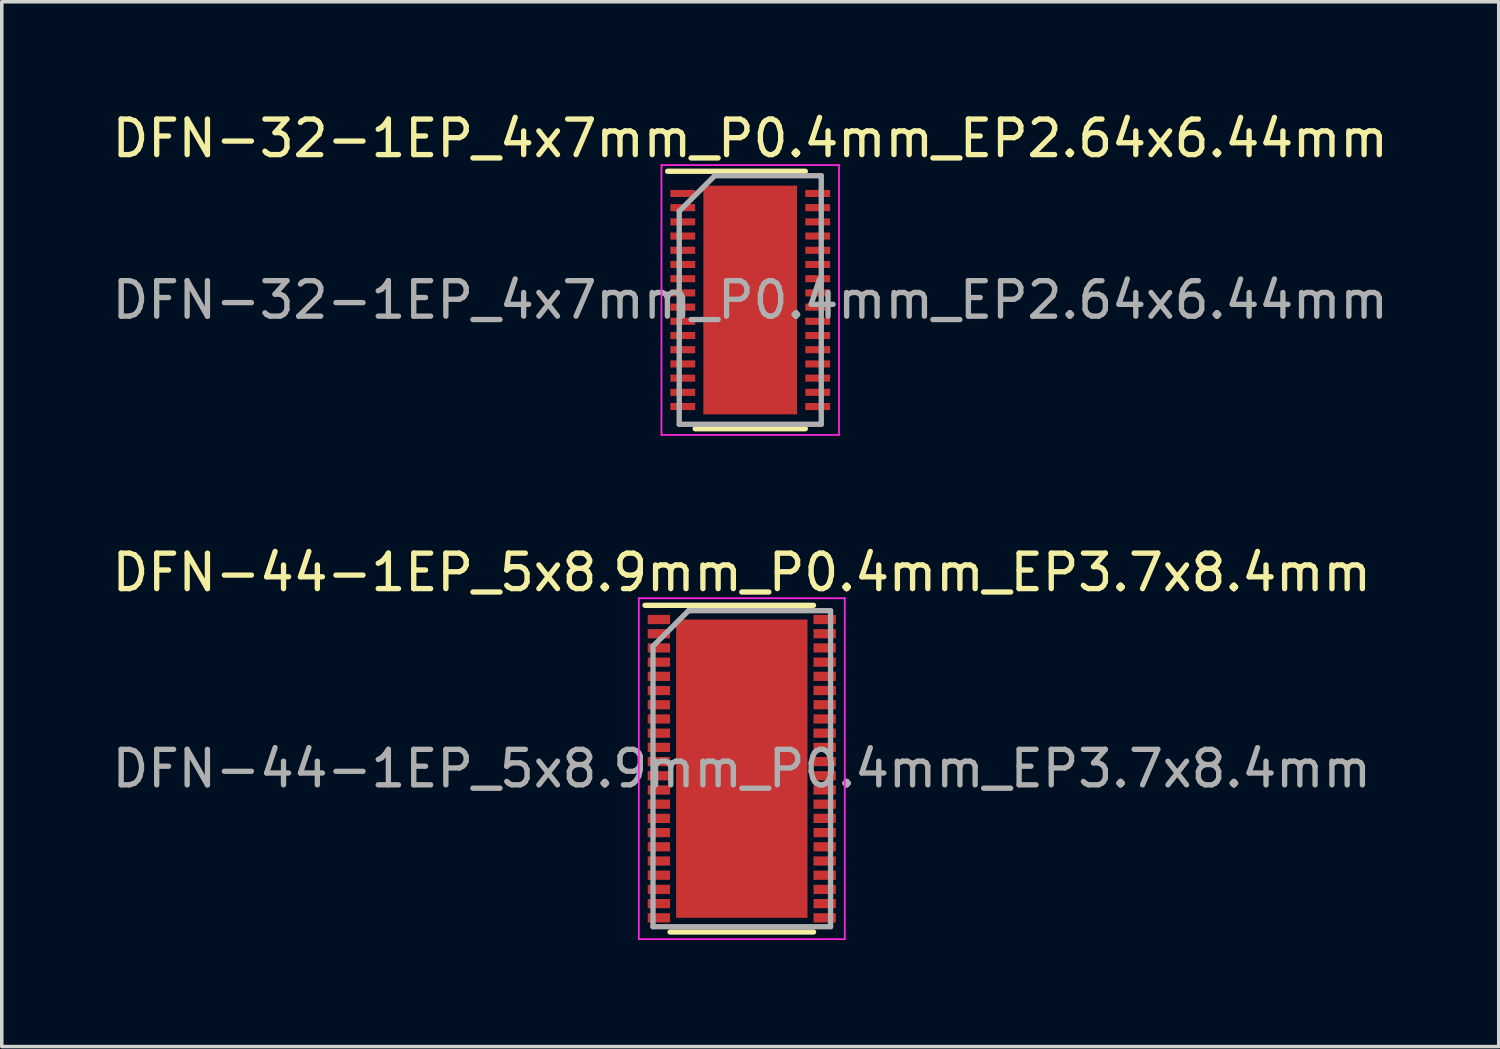
<source format=kicad_pcb>
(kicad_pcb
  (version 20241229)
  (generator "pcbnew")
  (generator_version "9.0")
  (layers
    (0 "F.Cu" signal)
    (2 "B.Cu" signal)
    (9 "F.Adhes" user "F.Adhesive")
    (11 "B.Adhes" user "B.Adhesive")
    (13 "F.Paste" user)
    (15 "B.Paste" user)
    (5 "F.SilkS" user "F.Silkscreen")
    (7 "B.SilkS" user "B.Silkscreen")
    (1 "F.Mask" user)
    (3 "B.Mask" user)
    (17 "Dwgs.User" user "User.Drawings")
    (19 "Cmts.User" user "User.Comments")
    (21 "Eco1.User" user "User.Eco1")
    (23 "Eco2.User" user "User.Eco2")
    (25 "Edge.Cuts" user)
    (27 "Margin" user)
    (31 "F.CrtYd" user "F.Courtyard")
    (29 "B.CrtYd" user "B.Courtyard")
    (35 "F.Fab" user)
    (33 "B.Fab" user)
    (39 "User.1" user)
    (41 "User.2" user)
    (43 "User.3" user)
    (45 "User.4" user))
  (footprint "DFN-44-1EP_5x8.9mm_P0.4mm_EP3.7x8.4mm"
    (layer "F.Cu")
    (at 17.839 18.596)
    (property "Reference" "DFN-44-1EP_5x8.9mm_P0.4mm_EP3.7x8.4mm" (at 0 -5.525 0) (layer "F.SilkS") (effects (font (size 1 1) (thickness 0.15))))
    (attr smd)
    (fp_line (start -2.725 -4.6) (end 2.02 -4.6) (stroke (width 0.15) (type solid)) (layer "F.SilkS"))
    (fp_line (start -2.02 4.6) (end 2.02 4.6) (stroke (width 0.15) (type solid)) (layer "F.SilkS"))
    (fp_line (start -2.9 -4.8) (end -2.9 4.8) (stroke (width 0.05) (type solid)) (layer "F.CrtYd"))
    (fp_line (start -2.9 -4.8) (end 2.9 -4.8) (stroke (width 0.05) (type solid)) (layer "F.CrtYd"))
    (fp_line (start -2.9 4.8) (end 2.9 4.8) (stroke (width 0.05) (type solid)) (layer "F.CrtYd"))
    (fp_line (start 2.9 -4.8) (end 2.9 4.8) (stroke (width 0.05) (type solid)) (layer "F.CrtYd"))
    (fp_line (start -2.5 -3.45) (end -1.5 -4.45) (stroke (width 0.15) (type solid)) (layer "F.Fab"))
    (fp_line (start -2.5 4.45) (end -2.5 -3.45) (stroke (width 0.15) (type solid)) (layer "F.Fab"))
    (fp_line (start -1.5 -4.45) (end 2.5 -4.45) (stroke (width 0.15) (type solid)) (layer "F.Fab"))
    (fp_line (start 2.5 -4.45) (end 2.5 4.45) (stroke (width 0.15) (type solid)) (layer "F.Fab"))
    (fp_line (start 2.5 4.45) (end -2.5 4.45) (stroke (width 0.15) (type solid)) (layer "F.Fab"))
    (fp_text user "${REFERENCE}" (at 0 0 0) (layer "F.Fab") (effects (font (size 1 1) (thickness 0.15))))
    (pad "" smd rect (at -1.2 -3.5) (size 0.98 1.15) (layers "F.Paste"))
    (pad "" smd rect (at -1.2 -2.1) (size 0.98 1.15) (layers "F.Paste"))
    (pad "" smd rect (at -1.2 -0.7) (size 0.98 1.15) (layers "F.Paste"))
    (pad "" smd rect (at -1.2 0.7) (size 0.98 1.15) (layers "F.Paste"))
    (pad "" smd rect (at -1.2 2.1) (size 0.98 1.15) (layers "F.Paste"))
    (pad "" smd rect (at -1.2 3.5) (size 0.98 1.15) (layers "F.Paste"))
    (pad "" smd rect (at 0 -3.5) (size 0.98 1.15) (layers "F.Paste"))
    (pad "" smd rect (at 0 -2.1) (size 0.98 1.15) (layers "F.Paste"))
    (pad "" smd rect (at 0 -0.7) (size 0.98 1.15) (layers "F.Paste"))
    (pad "" smd rect (at 0 0.7) (size 0.98 1.15) (layers "F.Paste"))
    (pad "" smd rect (at 0 2.1) (size 0.98 1.15) (layers "F.Paste"))
    (pad "" smd rect (at 0 3.5) (size 0.98 1.15) (layers "F.Paste"))
    (pad "" smd rect (at 1.2 -3.5) (size 0.98 1.15) (layers "F.Paste"))
    (pad "" smd rect (at 1.2 -2.1) (size 0.98 1.15) (layers "F.Paste"))
    (pad "" smd rect (at 1.2 -0.7) (size 0.98 1.15) (layers "F.Paste"))
    (pad "" smd rect (at 1.2 0.7) (size 0.98 1.15) (layers "F.Paste"))
    (pad "" smd rect (at 1.2 2.1) (size 0.98 1.15) (layers "F.Paste"))
    (pad "" smd rect (at 1.2 3.5) (size 0.98 1.15) (layers "F.Paste"))
    (pad "1" smd rect (at -2.335 -4.2) (size 0.63 0.26) (layers "F.Cu" "F.Mask" "F.Paste"))
    (pad "2" smd rect (at -2.335 -3.8) (size 0.63 0.26) (layers "F.Cu" "F.Mask" "F.Paste"))
    (pad "3" smd rect (at -2.335 -3.4) (size 0.63 0.26) (layers "F.Cu" "F.Mask" "F.Paste"))
    (pad "4" smd rect (at -2.335 -3) (size 0.63 0.26) (layers "F.Cu" "F.Mask" "F.Paste"))
    (pad "5" smd rect (at -2.335 -2.6) (size 0.63 0.26) (layers "F.Cu" "F.Mask" "F.Paste"))
    (pad "6" smd rect (at -2.335 -2.2) (size 0.63 0.26) (layers "F.Cu" "F.Mask" "F.Paste"))
    (pad "7" smd rect (at -2.335 -1.8) (size 0.63 0.26) (layers "F.Cu" "F.Mask" "F.Paste"))
    (pad "8" smd rect (at -2.335 -1.4) (size 0.63 0.26) (layers "F.Cu" "F.Mask" "F.Paste"))
    (pad "9" smd rect (at -2.335 -1) (size 0.63 0.26) (layers "F.Cu" "F.Mask" "F.Paste"))
    (pad "10" smd rect (at -2.335 -0.6) (size 0.63 0.26) (layers "F.Cu" "F.Mask" "F.Paste"))
    (pad "11" smd rect (at -2.335 -0.2) (size 0.63 0.26) (layers "F.Cu" "F.Mask" "F.Paste"))
    (pad "12" smd rect (at -2.335 0.2) (size 0.63 0.26) (layers "F.Cu" "F.Mask" "F.Paste"))
    (pad "13" smd rect (at -2.335 0.6) (size 0.63 0.26) (layers "F.Cu" "F.Mask" "F.Paste"))
    (pad "14" smd rect (at -2.335 1) (size 0.63 0.26) (layers "F.Cu" "F.Mask" "F.Paste"))
    (pad "15" smd rect (at -2.335 1.4) (size 0.63 0.26) (layers "F.Cu" "F.Mask" "F.Paste"))
    (pad "16" smd rect (at -2.335 1.8) (size 0.63 0.26) (layers "F.Cu" "F.Mask" "F.Paste"))
    (pad "17" smd rect (at -2.335 2.2) (size 0.63 0.26) (layers "F.Cu" "F.Mask" "F.Paste"))
    (pad "18" smd rect (at -2.335 2.6) (size 0.63 0.26) (layers "F.Cu" "F.Mask" "F.Paste"))
    (pad "19" smd rect (at -2.335 3) (size 0.63 0.26) (layers "F.Cu" "F.Mask" "F.Paste"))
    (pad "20" smd rect (at -2.335 3.4) (size 0.63 0.26) (layers "F.Cu" "F.Mask" "F.Paste"))
    (pad "21" smd rect (at -2.335 3.8) (size 0.63 0.26) (layers "F.Cu" "F.Mask" "F.Paste"))
    (pad "22" smd rect (at -2.335 4.2) (size 0.63 0.26) (layers "F.Cu" "F.Mask" "F.Paste"))
    (pad "23" smd rect (at 2.335 4.2) (size 0.63 0.26) (layers "F.Cu" "F.Mask" "F.Paste"))
    (pad "24" smd rect (at 2.335 3.8) (size 0.63 0.26) (layers "F.Cu" "F.Mask" "F.Paste"))
    (pad "25" smd rect (at 2.335 3.4) (size 0.63 0.26) (layers "F.Cu" "F.Mask" "F.Paste"))
    (pad "26" smd rect (at 2.335 3) (size 0.63 0.26) (layers "F.Cu" "F.Mask" "F.Paste"))
    (pad "27" smd rect (at 2.335 2.6) (size 0.63 0.26) (layers "F.Cu" "F.Mask" "F.Paste"))
    (pad "28" smd rect (at 2.335 2.2) (size 0.63 0.26) (layers "F.Cu" "F.Mask" "F.Paste"))
    (pad "29" smd rect (at 2.335 1.8) (size 0.63 0.26) (layers "F.Cu" "F.Mask" "F.Paste"))
    (pad "30" smd rect (at 2.335 1.4) (size 0.63 0.26) (layers "F.Cu" "F.Mask" "F.Paste"))
    (pad "31" smd rect (at 2.335 1) (size 0.63 0.26) (layers "F.Cu" "F.Mask" "F.Paste"))
    (pad "32" smd rect (at 2.335 0.6) (size 0.63 0.26) (layers "F.Cu" "F.Mask" "F.Paste"))
    (pad "33" smd rect (at 2.335 0.2) (size 0.63 0.26) (layers "F.Cu" "F.Mask" "F.Paste"))
    (pad "34" smd rect (at 2.335 -0.2) (size 0.63 0.26) (layers "F.Cu" "F.Mask" "F.Paste"))
    (pad "35" smd rect (at 2.335 -0.6) (size 0.63 0.26) (layers "F.Cu" "F.Mask" "F.Paste"))
    (pad "36" smd rect (at 2.335 -1) (size 0.63 0.26) (layers "F.Cu" "F.Mask" "F.Paste"))
    (pad "37" smd rect (at 2.335 -1.4) (size 0.63 0.26) (layers "F.Cu" "F.Mask" "F.Paste"))
    (pad "38" smd rect (at 2.335 -1.8) (size 0.63 0.26) (layers "F.Cu" "F.Mask" "F.Paste"))
    (pad "39" smd rect (at 2.335 -2.2) (size 0.63 0.26) (layers "F.Cu" "F.Mask" "F.Paste"))
    (pad "40" smd rect (at 2.335 -2.6) (size 0.63 0.26) (layers "F.Cu" "F.Mask" "F.Paste"))
    (pad "41" smd rect (at 2.335 -3) (size 0.63 0.26) (layers "F.Cu" "F.Mask" "F.Paste"))
    (pad "42" smd rect (at 2.335 -3.4) (size 0.63 0.26) (layers "F.Cu" "F.Mask" "F.Paste"))
    (pad "43" smd rect (at 2.335 -3.8) (size 0.63 0.26) (layers "F.Cu" "F.Mask" "F.Paste"))
    (pad "44" smd rect (at 2.335 -4.2) (size 0.63 0.26) (layers "F.Cu" "F.Mask" "F.Paste"))
    (pad "45" smd rect (at 0 0) (size 3.7 8.4) (layers "F.Cu" "F.Mask")))
  (footprint "DFN-32-1EP_4x7mm_P0.4mm_EP2.64x6.44mm"
    (layer "F.Cu")
    (at 18.077 5.398)
    (property "Reference" "DFN-32-1EP_4x7mm_P0.4mm_EP2.64x6.44mm" (at 0 -4.55 0) (layer "F.SilkS") (effects (font (size 1 1) (thickness 0.15))))
    (attr smd)
    (fp_line (start -2.325 -3.625) (end 1.55 -3.625) (stroke (width 0.15) (type solid)) (layer "F.SilkS"))
    (fp_line (start -1.55 3.625) (end 1.55 3.625) (stroke (width 0.15) (type solid)) (layer "F.SilkS"))
    (fp_line (start -2.5 -3.8) (end -2.5 3.8) (stroke (width 0.05) (type solid)) (layer "F.CrtYd"))
    (fp_line (start -2.5 -3.8) (end 2.5 -3.8) (stroke (width 0.05) (type solid)) (layer "F.CrtYd"))
    (fp_line (start -2.5 3.8) (end 2.5 3.8) (stroke (width 0.05) (type solid)) (layer "F.CrtYd"))
    (fp_line (start 2.5 -3.8) (end 2.5 3.8) (stroke (width 0.05) (type solid)) (layer "F.CrtYd"))
    (fp_line (start -2 -2.5) (end -1 -3.5) (stroke (width 0.15) (type solid)) (layer "F.Fab"))
    (fp_line (start -2 3.5) (end -2 -2.5) (stroke (width 0.15) (type solid)) (layer "F.Fab"))
    (fp_line (start -1 -3.5) (end 2 -3.5) (stroke (width 0.15) (type solid)) (layer "F.Fab"))
    (fp_line (start 2 -3.5) (end 2 3.5) (stroke (width 0.15) (type solid)) (layer "F.Fab"))
    (fp_line (start 2 3.5) (end -2 3.5) (stroke (width 0.15) (type solid)) (layer "F.Fab"))
    (fp_text user "${REFERENCE}" (at 0 0 0) (layer "F.Fab") (effects (font (size 1 1) (thickness 0.15))))
    (pad "" smd rect (at -0.66 -2.56) (size 1.05 1.05) (layers "F.Paste"))
    (pad "" smd rect (at -0.66 -1.28) (size 1.05 1.05) (layers "F.Paste"))
    (pad "" smd rect (at -0.66 0) (size 1.05 1.05) (layers "F.Paste"))
    (pad "" smd rect (at -0.66 1.28) (size 1.05 1.05) (layers "F.Paste"))
    (pad "" smd rect (at -0.66 2.56) (size 1.05 1.05) (layers "F.Paste"))
    (pad "" smd rect (at 0.66 -2.56) (size 1.05 1.05) (layers "F.Paste"))
    (pad "" smd rect (at 0.66 -1.28) (size 1.05 1.05) (layers "F.Paste"))
    (pad "" smd rect (at 0.66 0) (size 1.05 1.05) (layers "F.Paste"))
    (pad "" smd rect (at 0.66 1.28) (size 1.05 1.05) (layers "F.Paste"))
    (pad "" smd rect (at 0.66 2.56) (size 1.05 1.05) (layers "F.Paste"))
    (pad "1" smd rect (at -1.9 -3) (size 0.7 0.2) (layers "F.Cu" "F.Mask" "F.Paste"))
    (pad "2" smd rect (at -1.9 -2.6) (size 0.7 0.2) (layers "F.Cu" "F.Mask" "F.Paste"))
    (pad "3" smd rect (at -1.9 -2.2) (size 0.7 0.2) (layers "F.Cu" "F.Mask" "F.Paste"))
    (pad "4" smd rect (at -1.9 -1.8) (size 0.7 0.2) (layers "F.Cu" "F.Mask" "F.Paste"))
    (pad "5" smd rect (at -1.9 -1.4) (size 0.7 0.2) (layers "F.Cu" "F.Mask" "F.Paste"))
    (pad "6" smd rect (at -1.9 -1) (size 0.7 0.2) (layers "F.Cu" "F.Mask" "F.Paste"))
    (pad "7" smd rect (at -1.9 -0.6) (size 0.7 0.2) (layers "F.Cu" "F.Mask" "F.Paste"))
    (pad "8" smd rect (at -1.9 -0.2) (size 0.7 0.2) (layers "F.Cu" "F.Mask" "F.Paste"))
    (pad "9" smd rect (at -1.9 0.2) (size 0.7 0.2) (layers "F.Cu" "F.Mask" "F.Paste"))
    (pad "10" smd rect (at -1.9 0.6) (size 0.7 0.2) (layers "F.Cu" "F.Mask" "F.Paste"))
    (pad "11" smd rect (at -1.9 1) (size 0.7 0.2) (layers "F.Cu" "F.Mask" "F.Paste"))
    (pad "12" smd rect (at -1.9 1.4) (size 0.7 0.2) (layers "F.Cu" "F.Mask" "F.Paste"))
    (pad "13" smd rect (at -1.9 1.8) (size 0.7 0.2) (layers "F.Cu" "F.Mask" "F.Paste"))
    (pad "14" smd rect (at -1.9 2.2) (size 0.7 0.2) (layers "F.Cu" "F.Mask" "F.Paste"))
    (pad "15" smd rect (at -1.9 2.6) (size 0.7 0.2) (layers "F.Cu" "F.Mask" "F.Paste"))
    (pad "16" smd rect (at -1.9 3) (size 0.7 0.2) (layers "F.Cu" "F.Mask" "F.Paste"))
    (pad "17" smd rect (at 1.9 3) (size 0.7 0.2) (layers "F.Cu" "F.Mask" "F.Paste"))
    (pad "18" smd rect (at 1.9 2.6) (size 0.7 0.2) (layers "F.Cu" "F.Mask" "F.Paste"))
    (pad "19" smd rect (at 1.9 2.2) (size 0.7 0.2) (layers "F.Cu" "F.Mask" "F.Paste"))
    (pad "20" smd rect (at 1.9 1.8) (size 0.7 0.2) (layers "F.Cu" "F.Mask" "F.Paste"))
    (pad "21" smd rect (at 1.9 1.4) (size 0.7 0.2) (layers "F.Cu" "F.Mask" "F.Paste"))
    (pad "22" smd rect (at 1.9 1) (size 0.7 0.2) (layers "F.Cu" "F.Mask" "F.Paste"))
    (pad "23" smd rect (at 1.9 0.6) (size 0.7 0.2) (layers "F.Cu" "F.Mask" "F.Paste"))
    (pad "24" smd rect (at 1.9 0.2) (size 0.7 0.2) (layers "F.Cu" "F.Mask" "F.Paste"))
    (pad "25" smd rect (at 1.9 -0.2) (size 0.7 0.2) (layers "F.Cu" "F.Mask" "F.Paste"))
    (pad "26" smd rect (at 1.9 -0.6) (size 0.7 0.2) (layers "F.Cu" "F.Mask" "F.Paste"))
    (pad "27" smd rect (at 1.9 -1) (size 0.7 0.2) (layers "F.Cu" "F.Mask" "F.Paste"))
    (pad "28" smd rect (at 1.9 -1.4) (size 0.7 0.2) (layers "F.Cu" "F.Mask" "F.Paste"))
    (pad "29" smd rect (at 1.9 -1.8) (size 0.7 0.2) (layers "F.Cu" "F.Mask" "F.Paste"))
    (pad "30" smd rect (at 1.9 -2.2) (size 0.7 0.2) (layers "F.Cu" "F.Mask" "F.Paste"))
    (pad "31" smd rect (at 1.9 -2.6) (size 0.7 0.2) (layers "F.Cu" "F.Mask" "F.Paste"))
    (pad "32" smd rect (at 1.9 -3) (size 0.7 0.2) (layers "F.Cu" "F.Mask" "F.Paste"))
    (pad "33" smd rect (at 0 0) (size 2.64 6.44) (layers "F.Cu" "F.Mask")))
  (gr_rect
    (start -3 -3)
    (end 39.155 26.422)
    (stroke (width 0.1) (type default))
    (fill no)
    (layer "Edge.Cuts")))
</source>
